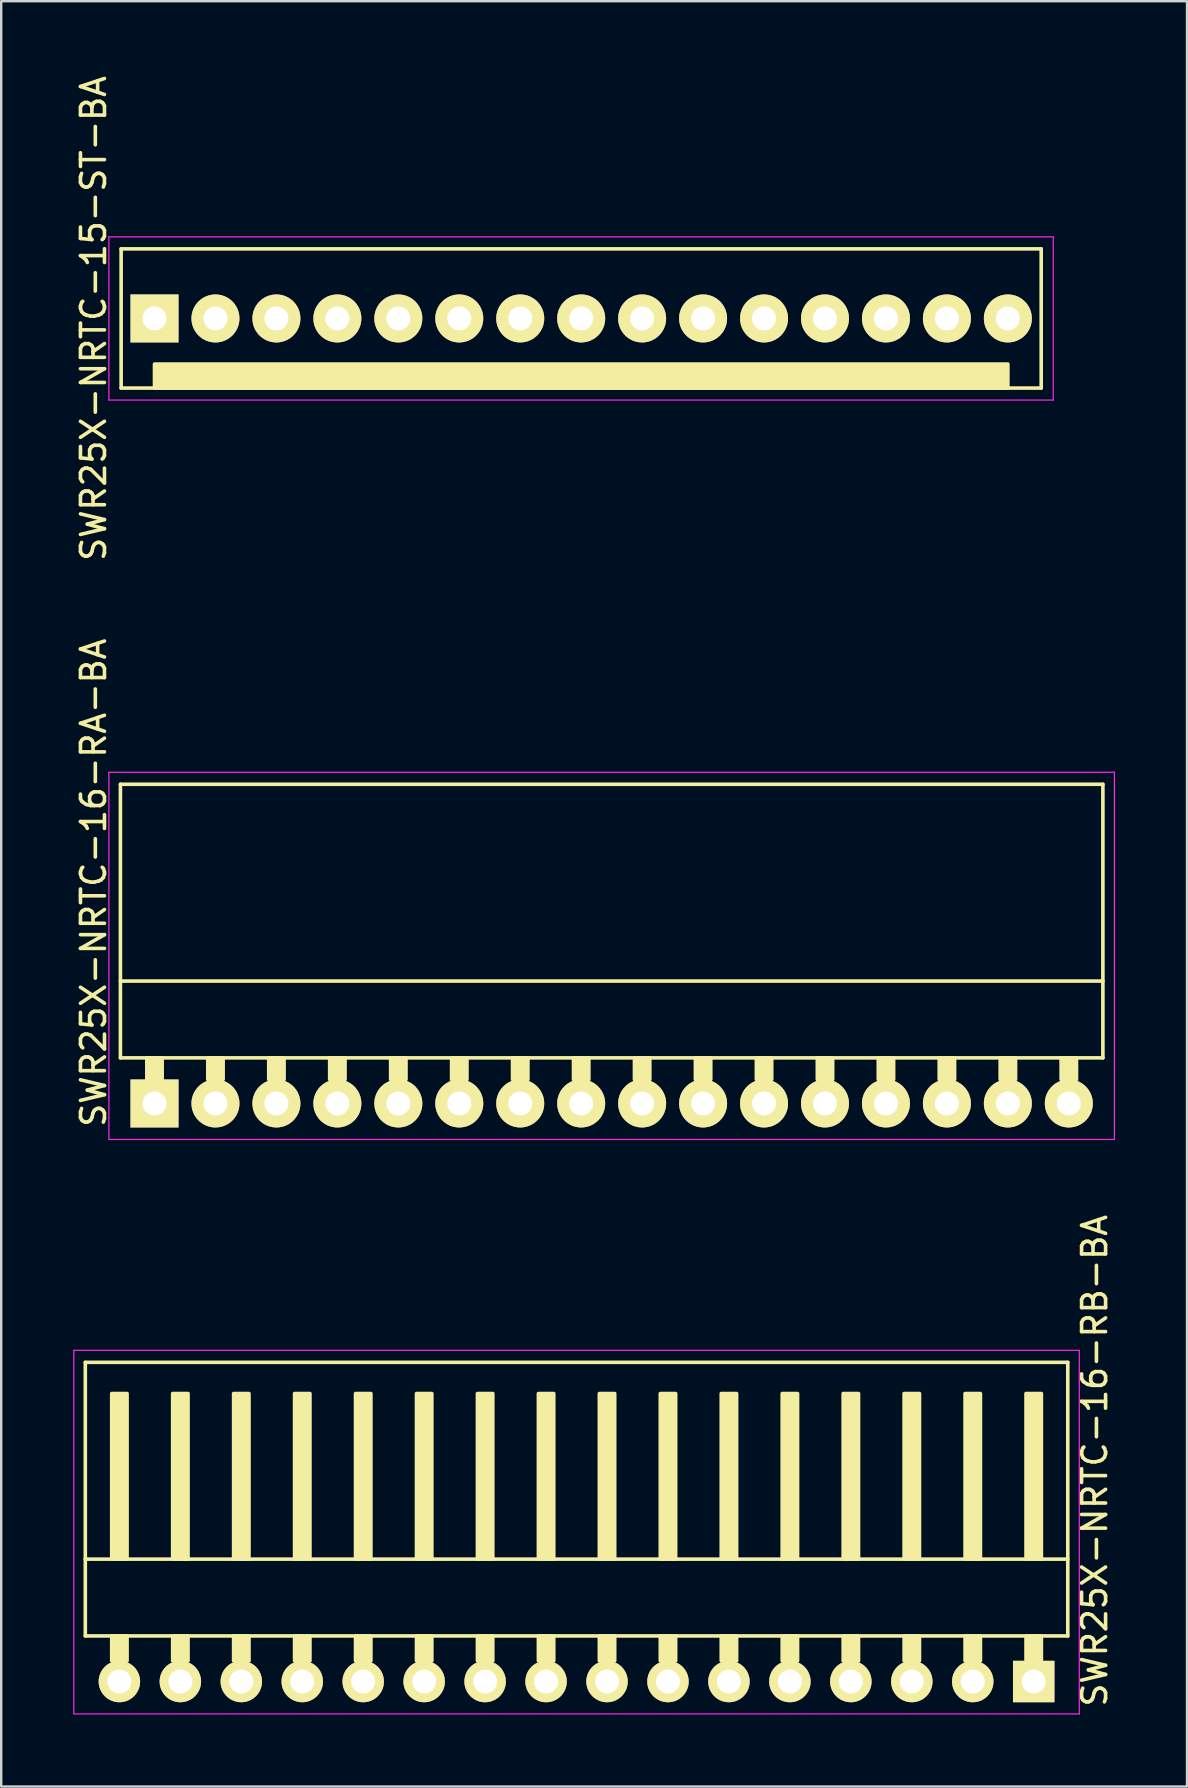
<source format=kicad_pcb>
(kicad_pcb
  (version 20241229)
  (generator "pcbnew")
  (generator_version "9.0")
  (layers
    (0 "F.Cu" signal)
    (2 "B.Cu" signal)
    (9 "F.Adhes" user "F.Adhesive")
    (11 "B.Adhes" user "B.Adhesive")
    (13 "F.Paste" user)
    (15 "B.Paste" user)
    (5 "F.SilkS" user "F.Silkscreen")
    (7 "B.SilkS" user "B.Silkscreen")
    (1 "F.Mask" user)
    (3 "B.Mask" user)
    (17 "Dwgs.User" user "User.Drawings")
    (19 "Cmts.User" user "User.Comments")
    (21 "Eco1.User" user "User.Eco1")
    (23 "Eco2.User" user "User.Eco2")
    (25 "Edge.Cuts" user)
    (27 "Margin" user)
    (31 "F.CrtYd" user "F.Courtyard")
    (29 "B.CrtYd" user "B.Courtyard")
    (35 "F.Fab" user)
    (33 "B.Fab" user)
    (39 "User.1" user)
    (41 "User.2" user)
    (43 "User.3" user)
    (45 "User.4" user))
  (footprint "SWR25X-NRTC-15-ST-BA"
    (layer "F.Cu")
    (at 3.388 10.22)
    (property "Reference" "SWR25X-NRTC-15-ST-BA" (at -2.54 0 270) (layer "F.SilkS") (effects (font (size 1 1) (thickness 0.15))))
    (attr through_hole)
    (fp_line (start -1.39 -2.9) (end 36.95 -2.9) (stroke (width 0.15) (type solid)) (layer "F.SilkS"))
    (fp_line (start -1.39 2.9) (end -1.39 -2.9) (stroke (width 0.15) (type solid)) (layer "F.SilkS"))
    (fp_line (start -1.39 2.9) (end 36.95 2.9) (stroke (width 0.15) (type solid)) (layer "F.SilkS"))
    (fp_line (start 36.95 2.9) (end 36.95 -2.9) (stroke (width 0.15) (type solid)) (layer "F.SilkS"))
    (fp_poly (pts (xy 35.56 2.9) (xy 0 2.9) (xy 0 1.9) (xy 35.56 1.9)) (stroke (width 0.15) (type solid)) (fill yes) (layer "F.SilkS"))
    (fp_line (start -1.9 -3.4) (end 37.45 -3.4) (stroke (width 0.05) (type solid)) (layer "F.CrtYd"))
    (fp_line (start -1.9 3.4) (end -1.9 -3.4) (stroke (width 0.05) (type solid)) (layer "F.CrtYd"))
    (fp_line (start -1.9 3.4) (end 37.45 3.4) (stroke (width 0.05) (type solid)) (layer "F.CrtYd"))
    (fp_line (start 37.45 3.4) (end 37.45 -3.4) (stroke (width 0.05) (type solid)) (layer "F.CrtYd"))
    (pad "1" thru_hole rect (at 0 0) (size 2 2) (drill 1) (layers "*.Cu" "*.Mask" "F.SilkS"))
    (pad "2" thru_hole circle (at 2.54 0) (size 2 2) (drill 1) (layers "*.Cu" "*.Mask" "F.SilkS"))
    (pad "3" thru_hole circle (at 5.08 0) (size 2 2) (drill 1) (layers "*.Cu" "*.Mask" "F.SilkS"))
    (pad "4" thru_hole circle (at 7.62 0) (size 2 2) (drill 1) (layers "*.Cu" "*.Mask" "F.SilkS"))
    (pad "5" thru_hole circle (at 10.16 0) (size 2 2) (drill 1) (layers "*.Cu" "*.Mask" "F.SilkS"))
    (pad "6" thru_hole circle (at 12.7 0) (size 2 2) (drill 1) (layers "*.Cu" "*.Mask" "F.SilkS"))
    (pad "7" thru_hole circle (at 15.24 0) (size 2 2) (drill 1) (layers "*.Cu" "*.Mask" "F.SilkS"))
    (pad "8" thru_hole circle (at 17.78 0) (size 2 2) (drill 1) (layers "*.Cu" "*.Mask" "F.SilkS"))
    (pad "9" thru_hole circle (at 20.32 0) (size 2 2) (drill 1) (layers "*.Cu" "*.Mask" "F.SilkS"))
    (pad "10" thru_hole circle (at 22.86 0) (size 2 2) (drill 1) (layers "*.Cu" "*.Mask" "F.SilkS"))
    (pad "11" thru_hole circle (at 25.4 0) (size 2 2) (drill 1) (layers "*.Cu" "*.Mask" "F.SilkS"))
    (pad "12" thru_hole circle (at 27.94 0) (size 2 2) (drill 1) (layers "*.Cu" "*.Mask" "F.SilkS"))
    (pad "13" thru_hole circle (at 30.48 0) (size 2 2) (drill 1) (layers "*.Cu" "*.Mask" "F.SilkS"))
    (pad "14" thru_hole circle (at 33.02 0) (size 2 2) (drill 1) (layers "*.Cu" "*.Mask" "F.SilkS"))
    (pad "15" thru_hole circle (at 35.56 0) (size 2 2) (drill 1) (layers "*.Cu" "*.Mask" "F.SilkS")))
  (footprint "SWR25X-NRTC-16-RB-BA"
    (layer "F.Cu")
    (at 40.025 67.02)
    (property "Reference" "SWR25X-NRTC-16-RB-BA" (at 2.54 -9.2 270) (layer "F.SilkS") (effects (font (size 1 1) (thickness 0.15))))
    (attr through_hole)
    (fp_line (start -39.52 -13.3) (end -39.52 -1.9) (stroke (width 0.15) (type solid)) (layer "F.SilkS"))
    (fp_line (start 1.42 -13.3) (end -39.52 -13.3) (stroke (width 0.15) (type solid)) (layer "F.SilkS"))
    (fp_line (start 1.42 -13.3) (end 1.42 -1.9) (stroke (width 0.15) (type solid)) (layer "F.SilkS"))
    (fp_line (start 1.42 -5.1) (end -39.52 -5.1) (stroke (width 0.15) (type solid)) (layer "F.SilkS"))
    (fp_line (start 1.42 -1.9) (end -39.52 -1.9) (stroke (width 0.15) (type solid)) (layer "F.SilkS"))
    (fp_poly (pts (xy -37.78 -5.1) (xy -38.42 -5.1) (xy -38.42 -12) (xy -37.78 -12)) (stroke (width 0.15) (type solid)) (fill yes) (layer "F.SilkS"))
    (fp_poly (pts (xy -37.78 -1.9) (xy -38.42 -1.9) (xy -38.42 -0.864) (xy -37.78 -0.864)) (stroke (width 0.15) (type solid)) (fill yes) (layer "F.SilkS"))
    (fp_poly (pts (xy -35.24 -5.1) (xy -35.88 -5.1) (xy -35.88 -12) (xy -35.24 -12)) (stroke (width 0.15) (type solid)) (fill yes) (layer "F.SilkS"))
    (fp_poly (pts (xy -35.24 -1.9) (xy -35.88 -1.9) (xy -35.88 -0.864) (xy -35.24 -0.864)) (stroke (width 0.15) (type solid)) (fill yes) (layer "F.SilkS"))
    (fp_poly (pts (xy -32.7 -5.1) (xy -33.34 -5.1) (xy -33.34 -12) (xy -32.7 -12)) (stroke (width 0.15) (type solid)) (fill yes) (layer "F.SilkS"))
    (fp_poly (pts (xy -32.7 -1.9) (xy -33.34 -1.9) (xy -33.34 -0.864) (xy -32.7 -0.864)) (stroke (width 0.15) (type solid)) (fill yes) (layer "F.SilkS"))
    (fp_poly (pts (xy -30.16 -5.1) (xy -30.8 -5.1) (xy -30.8 -12) (xy -30.16 -12)) (stroke (width 0.15) (type solid)) (fill yes) (layer "F.SilkS"))
    (fp_poly (pts (xy -30.16 -1.9) (xy -30.8 -1.9) (xy -30.8 -0.864) (xy -30.16 -0.864)) (stroke (width 0.15) (type solid)) (fill yes) (layer "F.SilkS"))
    (fp_poly (pts (xy -27.62 -5.1) (xy -28.26 -5.1) (xy -28.26 -12) (xy -27.62 -12)) (stroke (width 0.15) (type solid)) (fill yes) (layer "F.SilkS"))
    (fp_poly (pts (xy -27.62 -1.9) (xy -28.26 -1.9) (xy -28.26 -0.864) (xy -27.62 -0.864)) (stroke (width 0.15) (type solid)) (fill yes) (layer "F.SilkS"))
    (fp_poly (pts (xy -25.08 -5.1) (xy -25.72 -5.1) (xy -25.72 -12) (xy -25.08 -12)) (stroke (width 0.15) (type solid)) (fill yes) (layer "F.SilkS"))
    (fp_poly (pts (xy -25.08 -1.9) (xy -25.72 -1.9) (xy -25.72 -0.864) (xy -25.08 -0.864)) (stroke (width 0.15) (type solid)) (fill yes) (layer "F.SilkS"))
    (fp_poly (pts (xy -22.54 -5.1) (xy -23.18 -5.1) (xy -23.18 -12) (xy -22.54 -12)) (stroke (width 0.15) (type solid)) (fill yes) (layer "F.SilkS"))
    (fp_poly (pts (xy -22.54 -1.9) (xy -23.18 -1.9) (xy -23.18 -0.864) (xy -22.54 -0.864)) (stroke (width 0.15) (type solid)) (fill yes) (layer "F.SilkS"))
    (fp_poly (pts (xy -20 -5.1) (xy -20.64 -5.1) (xy -20.64 -12) (xy -20 -12)) (stroke (width 0.15) (type solid)) (fill yes) (layer "F.SilkS"))
    (fp_poly (pts (xy -20 -1.9) (xy -20.64 -1.9) (xy -20.64 -0.864) (xy -20 -0.864)) (stroke (width 0.15) (type solid)) (fill yes) (layer "F.SilkS"))
    (fp_poly (pts (xy -17.46 -5.1) (xy -18.1 -5.1) (xy -18.1 -12) (xy -17.46 -12)) (stroke (width 0.15) (type solid)) (fill yes) (layer "F.SilkS"))
    (fp_poly (pts (xy -17.46 -1.9) (xy -18.1 -1.9) (xy -18.1 -0.864) (xy -17.46 -0.864)) (stroke (width 0.15) (type solid)) (fill yes) (layer "F.SilkS"))
    (fp_poly (pts (xy -14.92 -5.1) (xy -15.56 -5.1) (xy -15.56 -12) (xy -14.92 -12)) (stroke (width 0.15) (type solid)) (fill yes) (layer "F.SilkS"))
    (fp_poly (pts (xy -14.92 -1.9) (xy -15.56 -1.9) (xy -15.56 -0.864) (xy -14.92 -0.864)) (stroke (width 0.15) (type solid)) (fill yes) (layer "F.SilkS"))
    (fp_poly (pts (xy -12.38 -5.1) (xy -13.02 -5.1) (xy -13.02 -12) (xy -12.38 -12)) (stroke (width 0.15) (type solid)) (fill yes) (layer "F.SilkS"))
    (fp_poly (pts (xy -12.38 -1.9) (xy -13.02 -1.9) (xy -13.02 -0.864) (xy -12.38 -0.864)) (stroke (width 0.15) (type solid)) (fill yes) (layer "F.SilkS"))
    (fp_poly (pts (xy -9.84 -5.1) (xy -10.48 -5.1) (xy -10.48 -12) (xy -9.84 -12)) (stroke (width 0.15) (type solid)) (fill yes) (layer "F.SilkS"))
    (fp_poly (pts (xy -9.84 -1.9) (xy -10.48 -1.9) (xy -10.48 -0.864) (xy -9.84 -0.864)) (stroke (width 0.15) (type solid)) (fill yes) (layer "F.SilkS"))
    (fp_poly (pts (xy -7.3 -5.1) (xy -7.94 -5.1) (xy -7.94 -12) (xy -7.3 -12)) (stroke (width 0.15) (type solid)) (fill yes) (layer "F.SilkS"))
    (fp_poly (pts (xy -7.3 -1.9) (xy -7.94 -1.9) (xy -7.94 -0.864) (xy -7.3 -0.864)) (stroke (width 0.15) (type solid)) (fill yes) (layer "F.SilkS"))
    (fp_poly (pts (xy -4.76 -5.1) (xy -5.4 -5.1) (xy -5.4 -12) (xy -4.76 -12)) (stroke (width 0.15) (type solid)) (fill yes) (layer "F.SilkS"))
    (fp_poly (pts (xy -4.76 -1.9) (xy -5.4 -1.9) (xy -5.4 -0.864) (xy -4.76 -0.864)) (stroke (width 0.15) (type solid)) (fill yes) (layer "F.SilkS"))
    (fp_poly (pts (xy -2.22 -5.1) (xy -2.86 -5.1) (xy -2.86 -12) (xy -2.22 -12)) (stroke (width 0.15) (type solid)) (fill yes) (layer "F.SilkS"))
    (fp_poly (pts (xy -2.22 -1.9) (xy -2.86 -1.9) (xy -2.86 -0.864) (xy -2.22 -0.864)) (stroke (width 0.15) (type solid)) (fill yes) (layer "F.SilkS"))
    (fp_poly (pts (xy 0.32 -5.1) (xy -0.32 -5.1) (xy -0.32 -12) (xy 0.32 -12)) (stroke (width 0.15) (type solid)) (fill yes) (layer "F.SilkS"))
    (fp_poly (pts (xy 0.32 -1.9) (xy -0.32 -1.9) (xy -0.32 -0.864) (xy 0.32 -0.864)) (stroke (width 0.15) (type solid)) (fill yes) (layer "F.SilkS"))
    (fp_line (start -40 -13.8) (end -40 1.35) (stroke (width 0.05) (type solid)) (layer "F.CrtYd"))
    (fp_line (start 1.9 -13.8) (end -40 -13.8) (stroke (width 0.05) (type solid)) (layer "F.CrtYd"))
    (fp_line (start 1.9 -13.8) (end 1.9 1.35) (stroke (width 0.05) (type solid)) (layer "F.CrtYd"))
    (fp_line (start 1.9 1.35) (end -40 1.35) (stroke (width 0.05) (type solid)) (layer "F.CrtYd"))
    (pad "1" thru_hole rect (at 0 0) (size 1.727 1.727) (drill 1) (layers "*.Cu" "*.Mask" "F.SilkS"))
    (pad "2" thru_hole circle (at -2.54 0) (size 1.727 1.727) (drill 1) (layers "*.Cu" "*.Mask" "F.SilkS"))
    (pad "3" thru_hole circle (at -5.08 0) (size 1.727 1.727) (drill 1) (layers "*.Cu" "*.Mask" "F.SilkS"))
    (pad "4" thru_hole circle (at -7.62 0) (size 1.727 1.727) (drill 1) (layers "*.Cu" "*.Mask" "F.SilkS"))
    (pad "5" thru_hole circle (at -10.16 0) (size 1.727 1.727) (drill 1) (layers "*.Cu" "*.Mask" "F.SilkS"))
    (pad "6" thru_hole circle (at -12.7 0) (size 1.727 1.727) (drill 1) (layers "*.Cu" "*.Mask" "F.SilkS"))
    (pad "7" thru_hole circle (at -15.24 0) (size 1.727 1.727) (drill 1) (layers "*.Cu" "*.Mask" "F.SilkS"))
    (pad "8" thru_hole circle (at -17.78 0) (size 1.727 1.727) (drill 1) (layers "*.Cu" "*.Mask" "F.SilkS"))
    (pad "9" thru_hole circle (at -20.32 0) (size 1.727 1.727) (drill 1) (layers "*.Cu" "*.Mask" "F.SilkS"))
    (pad "10" thru_hole circle (at -22.86 0) (size 1.727 1.727) (drill 1) (layers "*.Cu" "*.Mask" "F.SilkS"))
    (pad "11" thru_hole circle (at -25.4 0) (size 1.727 1.727) (drill 1) (layers "*.Cu" "*.Mask" "F.SilkS"))
    (pad "12" thru_hole circle (at -27.94 0) (size 1.727 1.727) (drill 1) (layers "*.Cu" "*.Mask" "F.SilkS"))
    (pad "13" thru_hole circle (at -30.48 0) (size 1.727 1.727) (drill 1) (layers "*.Cu" "*.Mask" "F.SilkS"))
    (pad "14" thru_hole circle (at -33.02 0) (size 1.727 1.727) (drill 1) (layers "*.Cu" "*.Mask" "F.SilkS"))
    (pad "15" thru_hole circle (at -35.56 0) (size 1.727 1.727) (drill 1) (layers "*.Cu" "*.Mask" "F.SilkS"))
    (pad "16" thru_hole circle (at -38.1 0) (size 1.727 1.727) (drill 1) (layers "*.Cu" "*.Mask" "F.SilkS")))
  (footprint "SWR25X-NRTC-16-RA-BA"
    (layer "F.Cu")
    (at 3.388 42.932)
    (property "Reference" "SWR25X-NRTC-16-RA-BA" (at -2.54 -9.2 270) (layer "F.SilkS") (effects (font (size 1 1) (thickness 0.15))))
    (attr through_hole)
    (fp_line (start -1.42 -13.3) (end -1.42 -1.9) (stroke (width 0.15) (type solid)) (layer "F.SilkS"))
    (fp_line (start -1.42 -13.3) (end 39.52 -13.3) (stroke (width 0.15) (type solid)) (layer "F.SilkS"))
    (fp_line (start -1.42 -5.1) (end 39.52 -5.1) (stroke (width 0.15) (type solid)) (layer "F.SilkS"))
    (fp_line (start -1.42 -1.9) (end 39.52 -1.9) (stroke (width 0.15) (type solid)) (layer "F.SilkS"))
    (fp_line (start 39.52 -13.3) (end 39.52 -1.9) (stroke (width 0.15) (type solid)) (layer "F.SilkS"))
    (fp_poly (pts (xy 0.32 -1.9) (xy -0.32 -1.9) (xy -0.32 -1) (xy 0.32 -1)) (stroke (width 0.15) (type solid)) (fill yes) (layer "F.SilkS"))
    (fp_poly (pts (xy 2.86 -1.9) (xy 2.22 -1.9) (xy 2.22 -1) (xy 2.86 -1)) (stroke (width 0.15) (type solid)) (fill yes) (layer "F.SilkS"))
    (fp_poly (pts (xy 5.4 -1.9) (xy 4.76 -1.9) (xy 4.76 -1) (xy 5.4 -1)) (stroke (width 0.15) (type solid)) (fill yes) (layer "F.SilkS"))
    (fp_poly (pts (xy 7.94 -1.9) (xy 7.3 -1.9) (xy 7.3 -1) (xy 7.94 -1)) (stroke (width 0.15) (type solid)) (fill yes) (layer "F.SilkS"))
    (fp_poly (pts (xy 10.48 -1.9) (xy 9.84 -1.9) (xy 9.84 -1) (xy 10.48 -1)) (stroke (width 0.15) (type solid)) (fill yes) (layer "F.SilkS"))
    (fp_poly (pts (xy 13.02 -1.9) (xy 12.38 -1.9) (xy 12.38 -1) (xy 13.02 -1)) (stroke (width 0.15) (type solid)) (fill yes) (layer "F.SilkS"))
    (fp_poly (pts (xy 15.56 -1.9) (xy 14.92 -1.9) (xy 14.92 -1) (xy 15.56 -1)) (stroke (width 0.15) (type solid)) (fill yes) (layer "F.SilkS"))
    (fp_poly (pts (xy 18.1 -1.9) (xy 17.46 -1.9) (xy 17.46 -1) (xy 18.1 -1)) (stroke (width 0.15) (type solid)) (fill yes) (layer "F.SilkS"))
    (fp_poly (pts (xy 20.64 -1.9) (xy 20 -1.9) (xy 20 -1) (xy 20.64 -1)) (stroke (width 0.15) (type solid)) (fill yes) (layer "F.SilkS"))
    (fp_poly (pts (xy 23.18 -1.9) (xy 22.54 -1.9) (xy 22.54 -1) (xy 23.18 -1)) (stroke (width 0.15) (type solid)) (fill yes) (layer "F.SilkS"))
    (fp_poly (pts (xy 25.72 -1.9) (xy 25.08 -1.9) (xy 25.08 -1) (xy 25.72 -1)) (stroke (width 0.15) (type solid)) (fill yes) (layer "F.SilkS"))
    (fp_poly (pts (xy 28.26 -1.9) (xy 27.62 -1.9) (xy 27.62 -1) (xy 28.26 -1)) (stroke (width 0.15) (type solid)) (fill yes) (layer "F.SilkS"))
    (fp_poly (pts (xy 30.8 -1.9) (xy 30.16 -1.9) (xy 30.16 -1) (xy 30.8 -1)) (stroke (width 0.15) (type solid)) (fill yes) (layer "F.SilkS"))
    (fp_poly (pts (xy 33.34 -1.9) (xy 32.7 -1.9) (xy 32.7 -1) (xy 33.34 -1)) (stroke (width 0.15) (type solid)) (fill yes) (layer "F.SilkS"))
    (fp_poly (pts (xy 35.88 -1.9) (xy 35.24 -1.9) (xy 35.24 -1) (xy 35.88 -1)) (stroke (width 0.15) (type solid)) (fill yes) (layer "F.SilkS"))
    (fp_poly (pts (xy 38.42 -1.9) (xy 37.78 -1.9) (xy 37.78 -1) (xy 38.42 -1)) (stroke (width 0.15) (type solid)) (fill yes) (layer "F.SilkS"))
    (fp_line (start -1.9 -13.8) (end -1.9 1.5) (stroke (width 0.05) (type solid)) (layer "F.CrtYd"))
    (fp_line (start -1.9 -13.8) (end 40 -13.8) (stroke (width 0.05) (type solid)) (layer "F.CrtYd"))
    (fp_line (start -1.9 1.5) (end 40 1.5) (stroke (width 0.05) (type solid)) (layer "F.CrtYd"))
    (fp_line (start 40 -13.8) (end 40 1.5) (stroke (width 0.05) (type solid)) (layer "F.CrtYd"))
    (pad "1" thru_hole rect (at 0 0) (size 2 2) (drill 1) (layers "*.Cu" "*.Mask" "F.SilkS"))
    (pad "2" thru_hole circle (at 2.54 0) (size 2 2) (drill 1) (layers "*.Cu" "*.Mask" "F.SilkS"))
    (pad "3" thru_hole circle (at 5.08 0) (size 2 2) (drill 1) (layers "*.Cu" "*.Mask" "F.SilkS"))
    (pad "4" thru_hole circle (at 7.62 0) (size 2 2) (drill 1) (layers "*.Cu" "*.Mask" "F.SilkS"))
    (pad "5" thru_hole circle (at 10.16 0) (size 2 2) (drill 1) (layers "*.Cu" "*.Mask" "F.SilkS"))
    (pad "6" thru_hole circle (at 12.7 0) (size 2 2) (drill 1) (layers "*.Cu" "*.Mask" "F.SilkS"))
    (pad "7" thru_hole circle (at 15.24 0) (size 2 2) (drill 1) (layers "*.Cu" "*.Mask" "F.SilkS"))
    (pad "8" thru_hole circle (at 17.78 0) (size 2 2) (drill 1) (layers "*.Cu" "*.Mask" "F.SilkS"))
    (pad "9" thru_hole circle (at 20.32 0) (size 2 2) (drill 1) (layers "*.Cu" "*.Mask" "F.SilkS"))
    (pad "10" thru_hole circle (at 22.86 0) (size 2 2) (drill 1) (layers "*.Cu" "*.Mask" "F.SilkS"))
    (pad "11" thru_hole circle (at 25.4 0) (size 2 2) (drill 1) (layers "*.Cu" "*.Mask" "F.SilkS"))
    (pad "12" thru_hole circle (at 27.94 0) (size 2 2) (drill 1) (layers "*.Cu" "*.Mask" "F.SilkS"))
    (pad "13" thru_hole circle (at 30.48 0) (size 2 2) (drill 1) (layers "*.Cu" "*.Mask" "F.SilkS"))
    (pad "14" thru_hole circle (at 33.02 0) (size 2 2) (drill 1) (layers "*.Cu" "*.Mask" "F.SilkS"))
    (pad "15" thru_hole circle (at 35.56 0) (size 2 2) (drill 1) (layers "*.Cu" "*.Mask" "F.SilkS"))
    (pad "16" thru_hole circle (at 38.1 0) (size 2 2) (drill 1) (layers "*.Cu" "*.Mask" "F.SilkS")))
  (gr_rect
    (start -3 -3)
    (end 46.413 71.395)
    (stroke (width 0.1) (type default))
    (fill no)
    (layer "Edge.Cuts")))
</source>
